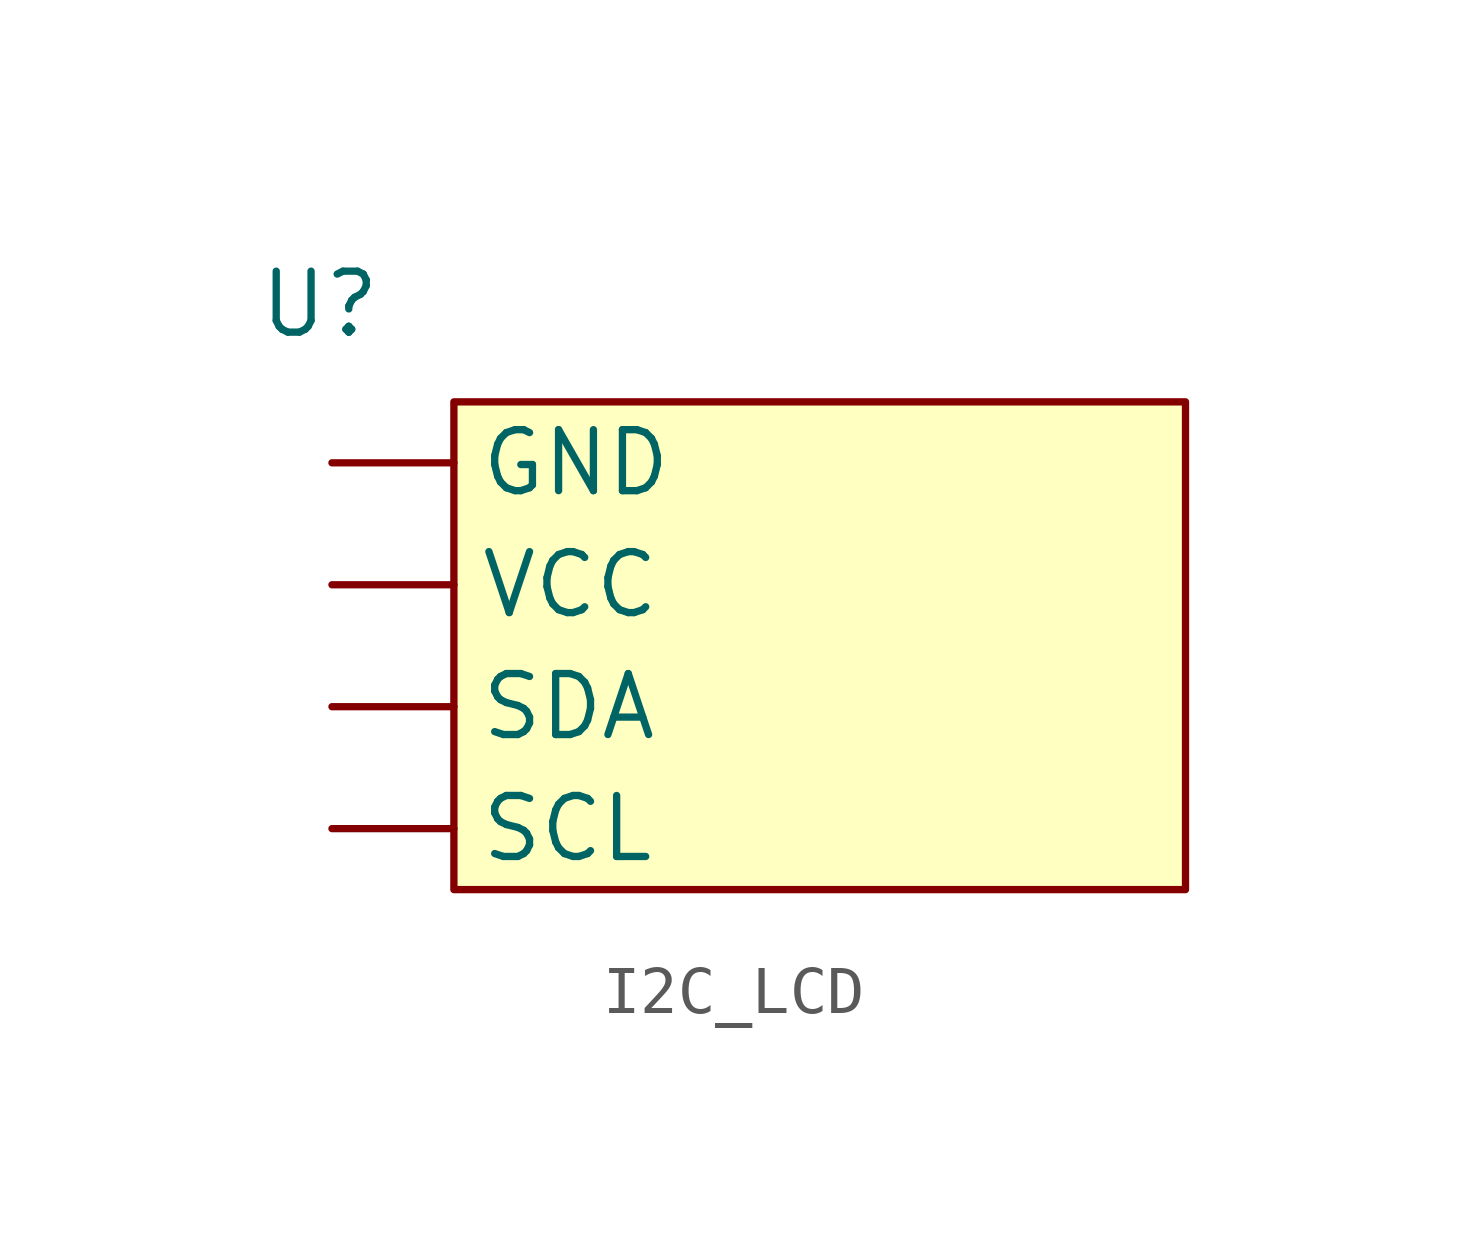
<source format=kicad_sym>
(kicad_symbol_lib
  (version 20231120)
  (generator "kicad_symbol_editor")
  (generator_version "8.0")
  (symbol "I2C_LCD"
    (property "Reference" "U"
      (at -10.414 7.112 0)
      (effects (font (size 1.27 1.27))))
    (property "Value" ""
      (at 0 0 0)
      (effects (font (size 1.27 1.27))))
    (symbol "I2C_LCD_1_1"
      (rectangle (start -7.62 5.08) (end 7.62 -5.08) (stroke (width 0) (type default)) (fill (type background)))
      (pin bidirectional line (at -10.16 3.81 0) (length 2.54) (name "GND" (effects (font (size 1.27 1.27)))) (number "" (effects (font (size 1.27 1.27)))))
      (pin bidirectional line (at -10.16 -3.81 0) (length 2.54) (name "SCL" (effects (font (size 1.27 1.27)))) (number "" (effects (font (size 1.27 1.27)))))
      (pin bidirectional line (at -10.16 -1.27 0) (length 2.54) (name "SDA" (effects (font (size 1.27 1.27)))) (number "" (effects (font (size 1.27 1.27)))))
      (pin power_in line (at -10.16 1.27 0) (length 2.54) (name "VCC" (effects (font (size 1.27 1.27)))) (number "" (effects (font (size 1.27 1.27))))))))
</source>
